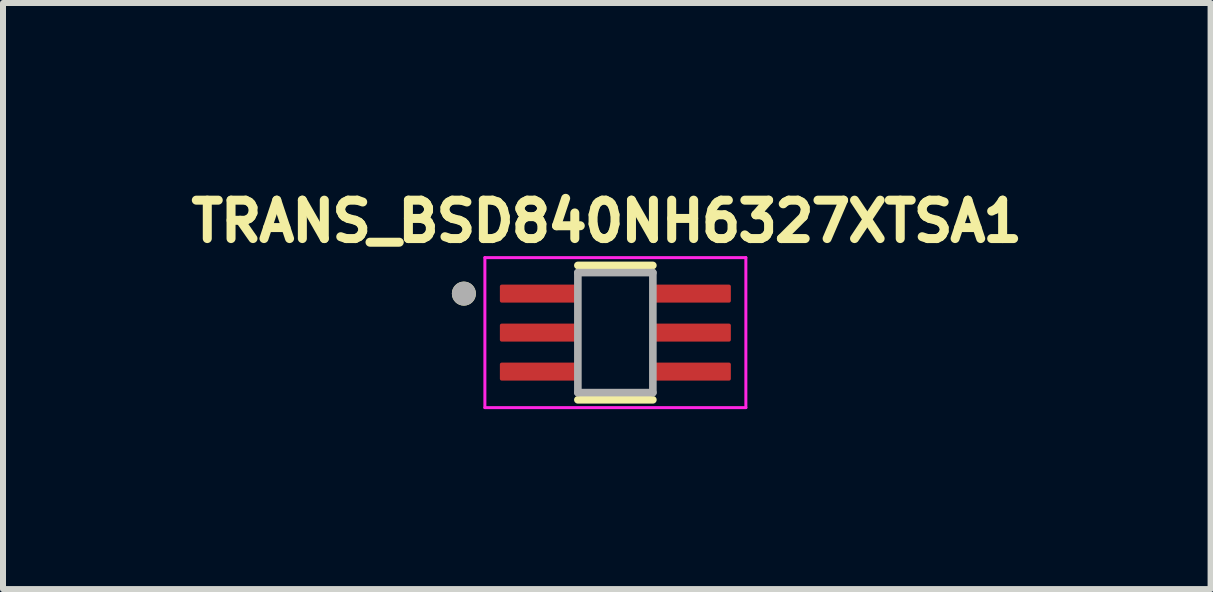
<source format=kicad_pcb>
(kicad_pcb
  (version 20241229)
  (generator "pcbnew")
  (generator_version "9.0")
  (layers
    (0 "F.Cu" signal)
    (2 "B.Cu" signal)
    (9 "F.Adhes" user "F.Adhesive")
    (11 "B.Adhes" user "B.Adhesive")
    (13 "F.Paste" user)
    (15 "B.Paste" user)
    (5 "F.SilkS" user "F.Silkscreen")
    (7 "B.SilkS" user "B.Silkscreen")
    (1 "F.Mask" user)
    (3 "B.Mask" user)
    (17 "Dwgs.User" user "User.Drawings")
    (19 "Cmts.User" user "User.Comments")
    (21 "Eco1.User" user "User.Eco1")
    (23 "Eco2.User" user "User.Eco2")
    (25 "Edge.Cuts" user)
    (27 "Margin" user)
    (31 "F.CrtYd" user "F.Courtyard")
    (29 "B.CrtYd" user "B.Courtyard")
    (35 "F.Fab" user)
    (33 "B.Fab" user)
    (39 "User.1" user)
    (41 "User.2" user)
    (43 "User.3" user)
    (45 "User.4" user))
  (footprint "TRANS_BSD840NH6327XTSA1"
    (layer "F.Cu")
    (at 7.207 2.494)
    (property "Reference" "TRANS_BSD840NH6327XTSA1" (at -0.143 -1.856 0) (layer "F.SilkS") (effects (font (size 0.64 0.64) (thickness 0.15))))
    (attr smd)
    (fp_line (start -0.625 -1.12) (end 0.625 -1.12) (stroke (width 0.127) (type solid)) (layer "F.SilkS"))
    (fp_line (start -0.625 1.12) (end 0.625 1.12) (stroke (width 0.127) (type solid)) (layer "F.SilkS"))
    (fp_circle (center -2.525 -0.65) (end -2.425 -0.65) (stroke (width 0.2) (type solid)) (fill no) (layer "F.SilkS"))
    (fp_line (start -2.175 -1.25) (end -2.175 1.25) (stroke (width 0.05) (type solid)) (layer "F.CrtYd"))
    (fp_line (start -2.175 1.25) (end 2.175 1.25) (stroke (width 0.05) (type solid)) (layer "F.CrtYd"))
    (fp_line (start 2.175 -1.25) (end -2.175 -1.25) (stroke (width 0.05) (type solid)) (layer "F.CrtYd"))
    (fp_line (start 2.175 1.25) (end 2.175 -1.25) (stroke (width 0.05) (type solid)) (layer "F.CrtYd"))
    (fp_line (start -0.625 -1) (end 0.625 -1) (stroke (width 0.127) (type solid)) (layer "F.Fab"))
    (fp_line (start -0.625 1) (end -0.625 -1) (stroke (width 0.127) (type solid)) (layer "F.Fab"))
    (fp_line (start 0.625 -1) (end 0.625 1) (stroke (width 0.127) (type solid)) (layer "F.Fab"))
    (fp_line (start 0.625 1) (end -0.625 1) (stroke (width 0.127) (type solid)) (layer "F.Fab"))
    (fp_circle (center -2.525 -0.65) (end -2.425 -0.65) (stroke (width 0.2) (type solid)) (fill no) (layer "F.Fab"))
    (pad "1" smd roundrect (at -1.275 -0.65) (size 1.3 0.3) (layers "F.Cu" "F.Mask" "F.Paste") (roundrect_rratio 0.1))
    (pad "2" smd roundrect (at -1.275 0) (size 1.3 0.3) (layers "F.Cu" "F.Mask" "F.Paste") (roundrect_rratio 0.1))
    (pad "3" smd roundrect (at -1.275 0.65) (size 1.3 0.3) (layers "F.Cu" "F.Mask" "F.Paste") (roundrect_rratio 0.1))
    (pad "4" smd roundrect (at 1.275 0.65) (size 1.3 0.3) (layers "F.Cu" "F.Mask" "F.Paste") (roundrect_rratio 0.1))
    (pad "5" smd roundrect (at 1.275 0) (size 1.3 0.3) (layers "F.Cu" "F.Mask" "F.Paste") (roundrect_rratio 0.1))
    (pad "6" smd roundrect (at 1.275 -0.65) (size 1.3 0.3) (layers "F.Cu" "F.Mask" "F.Paste") (roundrect_rratio 0.1)))
  (gr_rect
    (start -3 -3)
    (end 17.128 6.769)
    (stroke (width 0.1) (type default))
    (fill no)
    (layer "Edge.Cuts")))
</source>
